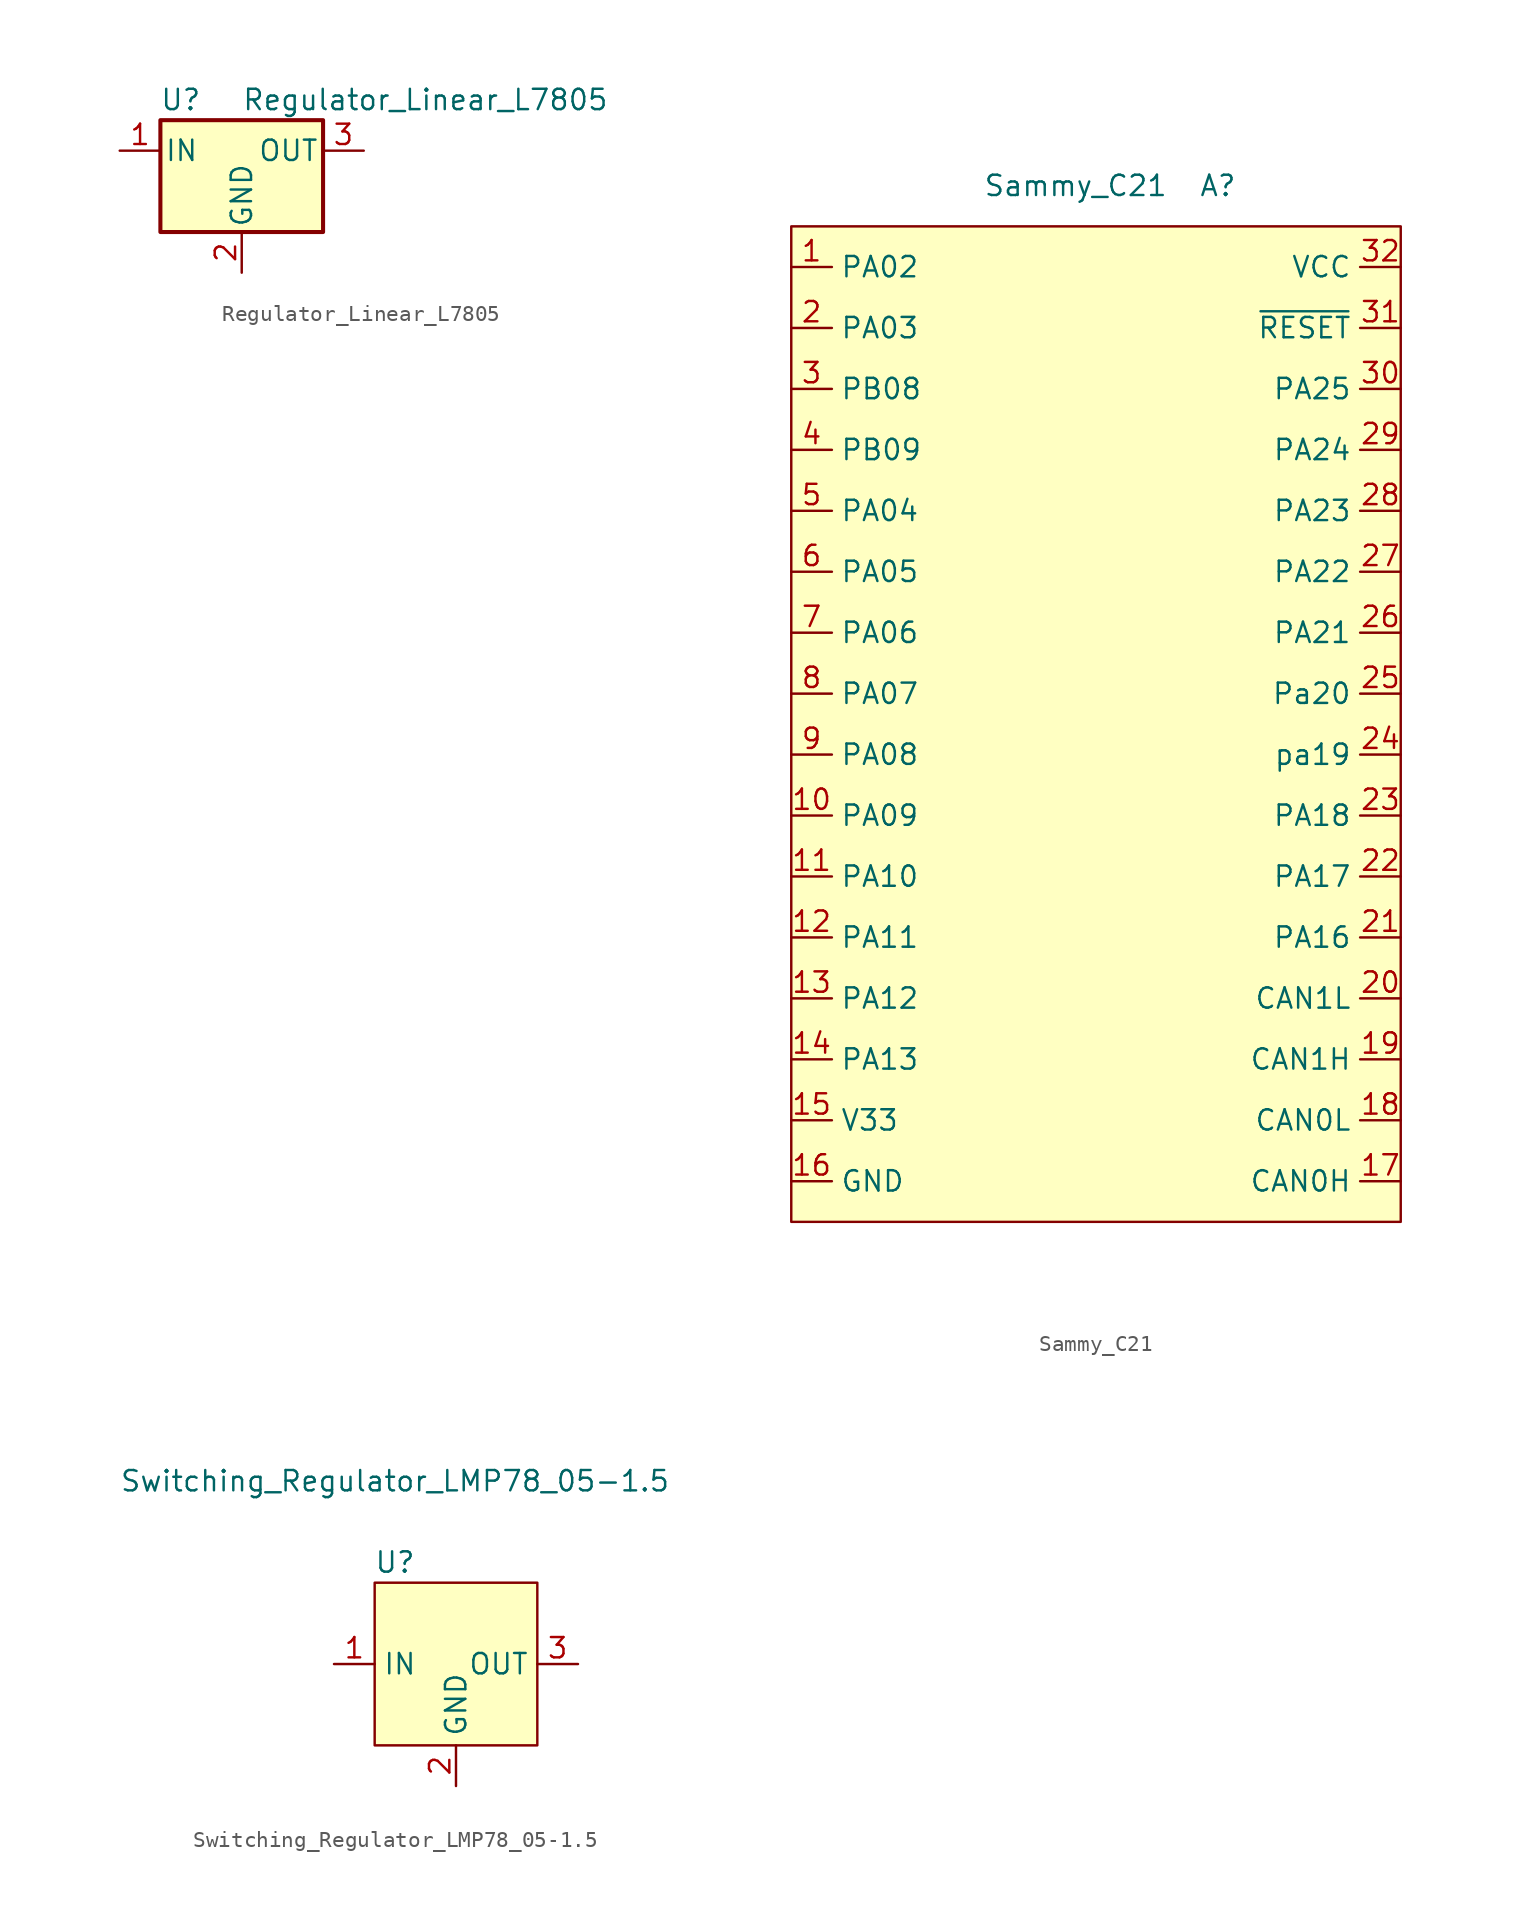
<source format=kicad_sym>
(kicad_symbol_lib
  (version 20211014)
  (generator kicad_symbol_editor)
  (symbol "Regulator_Linear_L7805"
    (pin_names
      (offset 0.254))
    (property "Reference" "U"
      (at -3.81 3.175 0)
      (effects (font (size 1.27 1.27))))
    (property "Value" "Regulator_Linear_L7805"
      (at 0 3.175 0)
      (effects (font (size 1.27 1.27)) (justify left)))
    (symbol "Regulator_Linear_L7805_0_1"
      (rectangle (start -5.08 1.905) (end 5.08 -5.08) (stroke (width 0.254) (type default) (color 0 0 0 0)) (fill (type background))))
    (symbol "Regulator_Linear_L7805_1_1"
      (pin power_in line (at -7.62 0 0) (length 2.54) (name "IN" (effects (font (size 1.27 1.27)))) (number "1" (effects (font (size 1.27 1.27)))))
      (pin power_in line (at 0 -7.62 90) (length 2.54) (name "GND" (effects (font (size 1.27 1.27)))) (number "2" (effects (font (size 1.27 1.27)))))
      (pin power_out line (at 7.62 0 180) (length 2.54) (name "OUT" (effects (font (size 1.27 1.27)))) (number "3" (effects (font (size 1.27 1.27)))))))
  (symbol "Sammy_C21"
    (property "Reference" "A"
      (at 7.62 48.26 0)
      (effects (font (size 1.27 1.27))))
    (property "Value" "Sammy_C21"
      (at -1.27 48.26 0)
      (effects (font (size 1.27 1.27))))
    (symbol "Sammy_C21_0_1"
      (rectangle (start -19.05 45.72) (end 19.05 -16.51) (stroke (width 0.152) (type default) (color 0 0 0 0)) (fill (type background))))
    (symbol "Sammy_C21_1_1"
      (pin bidirectional line (at -19.05 43.18 0) (length 2.54) (name "PA02" (effects (font (size 1.27 1.27)))) (number "1" (effects (font (size 1.27 1.27)))))
      (pin bidirectional line (at -19.05 8.89 0) (length 2.54) (name "PA09" (effects (font (size 1.27 1.27)))) (number "10" (effects (font (size 1.27 1.27)))))
      (pin bidirectional line (at -19.05 5.08 0) (length 2.54) (name "PA10" (effects (font (size 1.27 1.27)))) (number "11" (effects (font (size 1.27 1.27)))))
      (pin bidirectional line (at -19.05 1.27 0) (length 2.54) (name "PA11" (effects (font (size 1.27 1.27)))) (number "12" (effects (font (size 1.27 1.27)))))
      (pin bidirectional line (at -19.05 -2.54 0) (length 2.54) (name "PA12" (effects (font (size 1.27 1.27)))) (number "13" (effects (font (size 1.27 1.27)))))
      (pin bidirectional line (at -19.05 -6.35 0) (length 2.54) (name "PA13" (effects (font (size 1.27 1.27)))) (number "14" (effects (font (size 1.27 1.27)))))
      (pin power_out line (at -19.05 -10.16 0) (length 2.54) (name "V33" (effects (font (size 1.27 1.27)))) (number "15" (effects (font (size 1.27 1.27)))))
      (pin power_in line (at -19.05 -13.97 0) (length 2.54) (name "GND" (effects (font (size 1.27 1.27)))) (number "16" (effects (font (size 1.27 1.27)))))
      (pin bidirectional line (at 19.05 -13.97 180) (length 2.54) (name "CAN0H" (effects (font (size 1.27 1.27)))) (number "17" (effects (font (size 1.27 1.27)))))
      (pin bidirectional line (at 19.05 -10.16 180) (length 2.54) (name "CAN0L" (effects (font (size 1.27 1.27)))) (number "18" (effects (font (size 1.27 1.27)))))
      (pin bidirectional line (at 19.05 -6.35 180) (length 2.54) (name "CAN1H" (effects (font (size 1.27 1.27)))) (number "19" (effects (font (size 1.27 1.27)))))
      (pin bidirectional line (at -19.05 39.37 0) (length 2.54) (name "PA03" (effects (font (size 1.27 1.27)))) (number "2" (effects (font (size 1.27 1.27)))))
      (pin bidirectional line (at 19.05 -2.54 180) (length 2.54) (name "CAN1L" (effects (font (size 1.27 1.27)))) (number "20" (effects (font (size 1.27 1.27)))))
      (pin bidirectional line (at 19.05 1.27 180) (length 2.54) (name "PA16" (effects (font (size 1.27 1.27)))) (number "21" (effects (font (size 1.27 1.27)))))
      (pin bidirectional line (at 19.05 5.08 180) (length 2.54) (name "PA17" (effects (font (size 1.27 1.27)))) (number "22" (effects (font (size 1.27 1.27)))))
      (pin bidirectional line (at 19.05 8.89 180) (length 2.54) (name "PA18" (effects (font (size 1.27 1.27)))) (number "23" (effects (font (size 1.27 1.27)))))
      (pin bidirectional line (at 19.05 12.7 180) (length 2.54) (name "pa19" (effects (font (size 1.27 1.27)))) (number "24" (effects (font (size 1.27 1.27)))))
      (pin bidirectional line (at 19.05 16.51 180) (length 2.54) (name "Pa20" (effects (font (size 1.27 1.27)))) (number "25" (effects (font (size 1.27 1.27)))))
      (pin bidirectional line (at 19.05 20.32 180) (length 2.54) (name "PA21" (effects (font (size 1.27 1.27)))) (number "26" (effects (font (size 1.27 1.27)))))
      (pin bidirectional line (at 19.05 24.13 180) (length 2.54) (name "PA22" (effects (font (size 1.27 1.27)))) (number "27" (effects (font (size 1.27 1.27)))))
      (pin bidirectional line (at 19.05 27.94 180) (length 2.54) (name "PA23" (effects (font (size 1.27 1.27)))) (number "28" (effects (font (size 1.27 1.27)))))
      (pin bidirectional line (at 19.05 31.75 180) (length 2.54) (name "PA24" (effects (font (size 1.27 1.27)))) (number "29" (effects (font (size 1.27 1.27)))))
      (pin bidirectional line (at -19.05 35.56 0) (length 2.54) (name "PB08" (effects (font (size 1.27 1.27)))) (number "3" (effects (font (size 1.27 1.27)))))
      (pin bidirectional line (at 19.05 35.56 180) (length 2.54) (name "PA25" (effects (font (size 1.27 1.27)))) (number "30" (effects (font (size 1.27 1.27)))))
      (pin input line (at 19.05 39.37 180) (length 2.54) (name "~{RESET}" (effects (font (size 1.27 1.27)))) (number "31" (effects (font (size 1.27 1.27)))))
      (pin power_in line (at 19.05 43.18 180) (length 2.54) (name "VCC" (effects (font (size 1.27 1.27)))) (number "32" (effects (font (size 1.27 1.27)))))
      (pin bidirectional line (at -19.05 31.75 0) (length 2.54) (name "PB09" (effects (font (size 1.27 1.27)))) (number "4" (effects (font (size 1.27 1.27)))))
      (pin bidirectional line (at -19.05 27.94 0) (length 2.54) (name "PA04" (effects (font (size 1.27 1.27)))) (number "5" (effects (font (size 1.27 1.27)))))
      (pin bidirectional line (at -19.05 24.13 0) (length 2.54) (name "PA05" (effects (font (size 1.27 1.27)))) (number "6" (effects (font (size 1.27 1.27)))))
      (pin bidirectional line (at -19.05 20.32 0) (length 2.54) (name "PA06" (effects (font (size 1.27 1.27)))) (number "7" (effects (font (size 1.27 1.27)))))
      (pin bidirectional line (at -19.05 16.51 0) (length 2.54) (name "PA07" (effects (font (size 1.27 1.27)))) (number "8" (effects (font (size 1.27 1.27)))))
      (pin bidirectional line (at -19.05 12.7 0) (length 2.54) (name "PA08" (effects (font (size 1.27 1.27)))) (number "9" (effects (font (size 1.27 1.27)))))))
  (symbol "Switching_Regulator_LMP78_05-1.5"
    (property "Reference" "U"
      (at -3.81 6.35 0)
      (effects (font (size 1.27 1.27))))
    (property "Value" "Switching_Regulator_LMP78_05-1.5"
      (at -3.81 11.43 0)
      (effects (font (size 1.27 1.27))))
    (symbol "Switching_Regulator_LMP78_05-1.5_0_1"
      (rectangle (start -5.08 5.08) (end 5.08 -5.08) (stroke (width 0.152) (type default) (color 0 0 0 0)) (fill (type background))))
    (symbol "Switching_Regulator_LMP78_05-1.5_1_1"
      (pin power_in line (at -7.62 0 0) (length 2.54) (name "IN" (effects (font (size 1.27 1.27)))) (number "1" (effects (font (size 1.27 1.27)))))
      (pin power_in line (at 0 -7.62 90) (length 2.54) (name "GND" (effects (font (size 1.27 1.27)))) (number "2" (effects (font (size 1.27 1.27)))))
      (pin power_out line (at 7.62 0 180) (length 2.54) (name "OUT" (effects (font (size 1.27 1.27)))) (number "3" (effects (font (size 1.27 1.27))))))))
</source>
